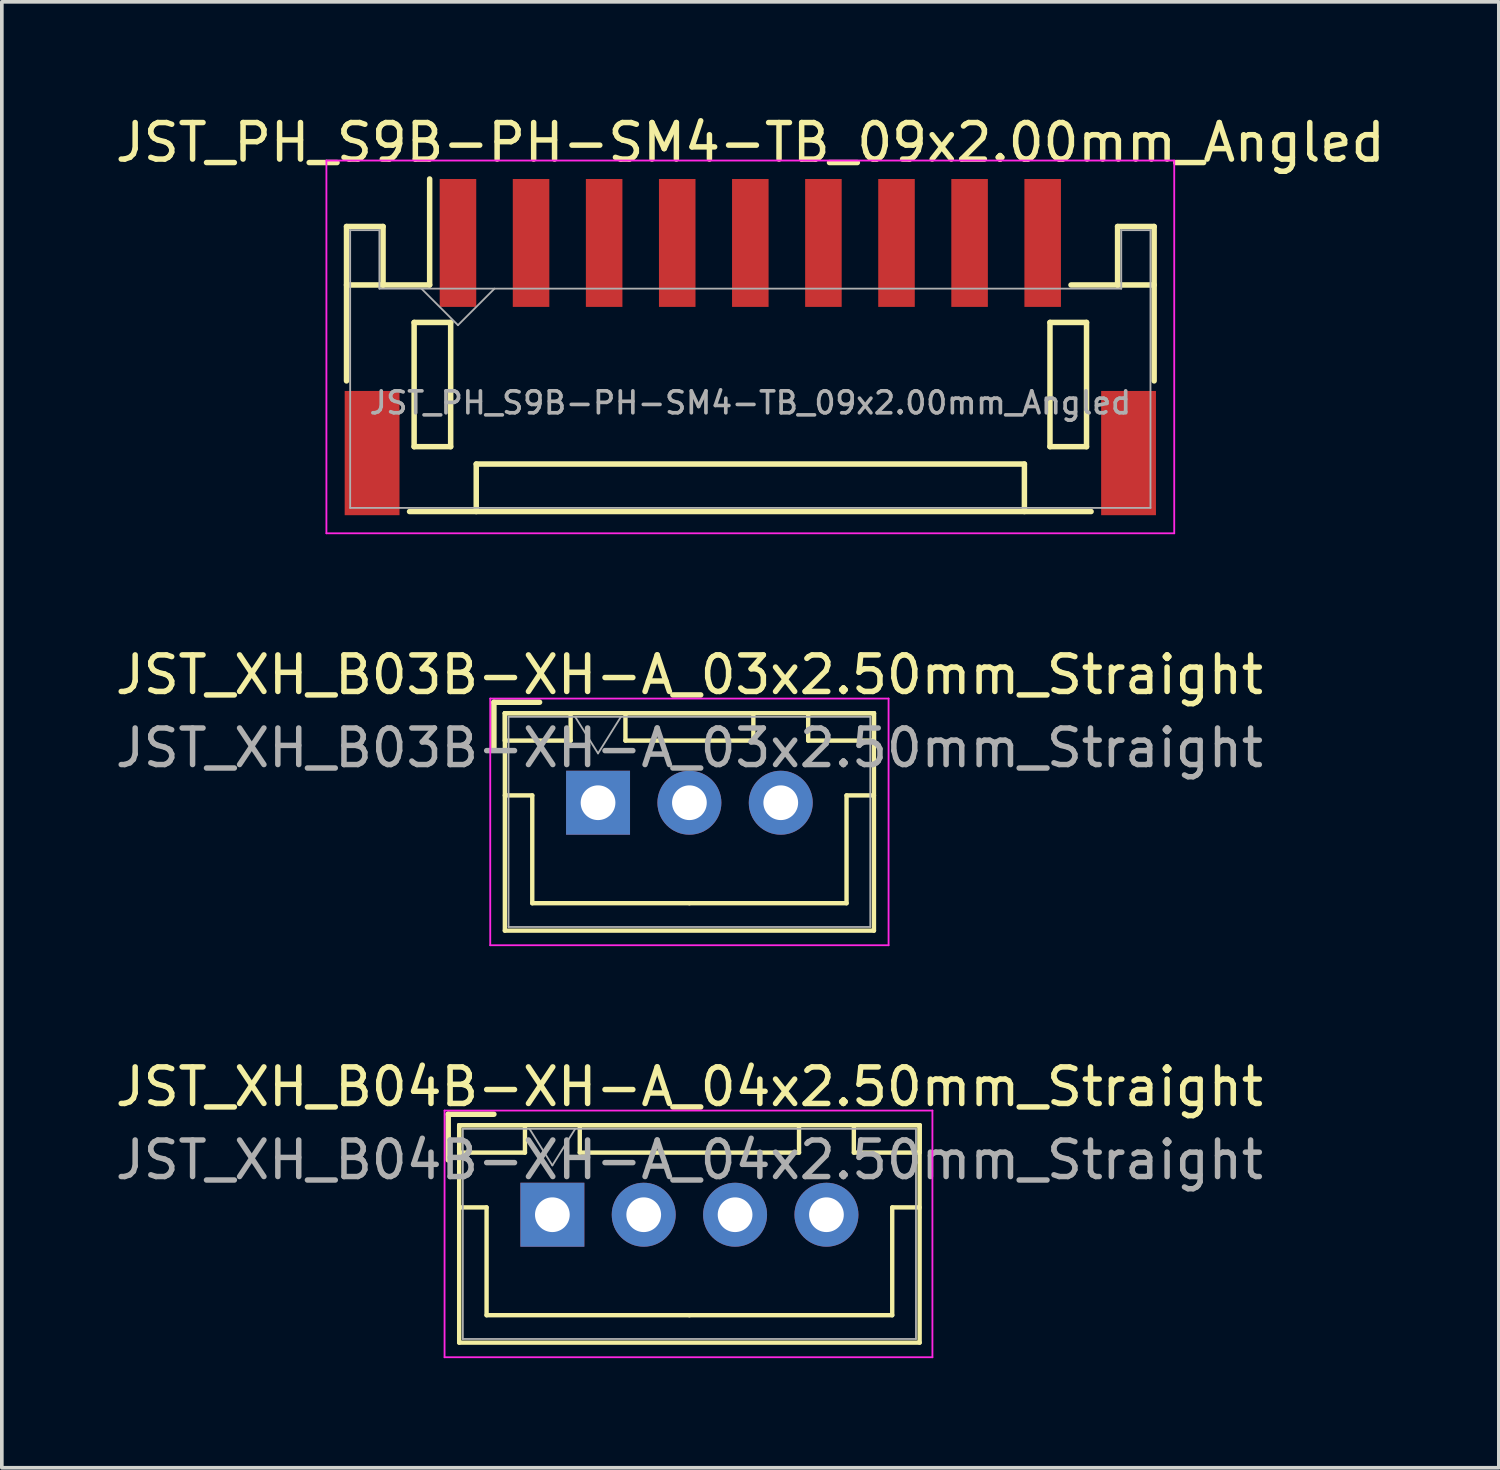
<source format=kicad_pcb>
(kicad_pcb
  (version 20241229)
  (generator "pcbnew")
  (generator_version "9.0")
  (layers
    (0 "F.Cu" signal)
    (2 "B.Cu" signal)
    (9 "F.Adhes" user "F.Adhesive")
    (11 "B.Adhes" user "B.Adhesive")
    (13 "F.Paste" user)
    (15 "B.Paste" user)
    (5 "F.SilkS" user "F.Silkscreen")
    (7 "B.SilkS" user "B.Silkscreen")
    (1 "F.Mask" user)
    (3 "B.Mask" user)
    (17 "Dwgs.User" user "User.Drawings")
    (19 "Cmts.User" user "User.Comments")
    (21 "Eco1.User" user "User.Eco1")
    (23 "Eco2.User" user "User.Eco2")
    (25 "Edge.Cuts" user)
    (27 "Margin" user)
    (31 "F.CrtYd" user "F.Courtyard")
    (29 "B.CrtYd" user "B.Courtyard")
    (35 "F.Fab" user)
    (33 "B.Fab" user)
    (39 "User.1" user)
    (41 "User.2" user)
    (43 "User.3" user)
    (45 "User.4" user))
  (footprint "JST_XH_B03B-XH-A_03x2.50mm_Straight"
    (layer "F.Cu")
    (at 13.315 18.916)
    (property "Reference" "JST_XH_B03B-XH-A_03x2.50mm_Straight" (at 2.5 -1.5 0) (layer "F.Fab") (effects (font (size 1 1) (thickness 0.15))))
    (attr through_hole)
    (fp_line (start -2.85 -2.75) (end -2.85 -1.5) (stroke (width 0.15) (type solid)) (layer "F.SilkS"))
    (fp_line (start -2.55 -2.45) (end -2.55 -1.7) (stroke (width 0.12) (type solid)) (layer "F.SilkS"))
    (fp_line (start -2.55 -2.45) (end -2.55 3.5) (stroke (width 0.12) (type solid)) (layer "F.SilkS"))
    (fp_line (start -2.55 -1.7) (end -0.75 -1.7) (stroke (width 0.12) (type solid)) (layer "F.SilkS"))
    (fp_line (start -2.55 -0.2) (end -1.8 -0.2) (stroke (width 0.12) (type solid)) (layer "F.SilkS"))
    (fp_line (start -2.55 3.5) (end 7.55 3.5) (stroke (width 0.12) (type solid)) (layer "F.SilkS"))
    (fp_line (start -1.8 -0.2) (end -1.8 2.75) (stroke (width 0.12) (type solid)) (layer "F.SilkS"))
    (fp_line (start -1.8 2.75) (end 2.5 2.75) (stroke (width 0.12) (type solid)) (layer "F.SilkS"))
    (fp_line (start -1.6 -2.75) (end -2.85 -2.75) (stroke (width 0.15) (type solid)) (layer "F.SilkS"))
    (fp_line (start -0.75 -2.45) (end -2.55 -2.45) (stroke (width 0.12) (type solid)) (layer "F.SilkS"))
    (fp_line (start -0.75 -1.7) (end -0.75 -2.45) (stroke (width 0.12) (type solid)) (layer "F.SilkS"))
    (fp_line (start 0.75 -2.45) (end 0.75 -1.7) (stroke (width 0.12) (type solid)) (layer "F.SilkS"))
    (fp_line (start 0.75 -1.7) (end 4.25 -1.7) (stroke (width 0.12) (type solid)) (layer "F.SilkS"))
    (fp_line (start 4.25 -2.45) (end 0.75 -2.45) (stroke (width 0.12) (type solid)) (layer "F.SilkS"))
    (fp_line (start 4.25 -1.7) (end 4.25 -2.45) (stroke (width 0.12) (type solid)) (layer "F.SilkS"))
    (fp_line (start 5.75 -2.45) (end 5.75 -1.7) (stroke (width 0.12) (type solid)) (layer "F.SilkS"))
    (fp_line (start 5.75 -1.7) (end 7.55 -1.7) (stroke (width 0.12) (type solid)) (layer "F.SilkS"))
    (fp_line (start 6.8 -0.2) (end 6.8 2.75) (stroke (width 0.12) (type solid)) (layer "F.SilkS"))
    (fp_line (start 6.8 2.75) (end 2.5 2.75) (stroke (width 0.12) (type solid)) (layer "F.SilkS"))
    (fp_line (start 7.55 -2.45) (end -2.55 -2.45) (stroke (width 0.12) (type solid)) (layer "F.SilkS"))
    (fp_line (start 7.55 -2.45) (end 5.75 -2.45) (stroke (width 0.12) (type solid)) (layer "F.SilkS"))
    (fp_line (start 7.55 -1.7) (end 7.55 -2.45) (stroke (width 0.12) (type solid)) (layer "F.SilkS"))
    (fp_line (start 7.55 -0.2) (end 6.8 -0.2) (stroke (width 0.12) (type solid)) (layer "F.SilkS"))
    (fp_line (start 7.55 3.5) (end 7.55 -2.45) (stroke (width 0.12) (type solid)) (layer "F.SilkS"))
    (fp_line (start -2.95 -2.85) (end -2.95 3.9) (stroke (width 0.05) (type solid)) (layer "F.CrtYd"))
    (fp_line (start -2.95 3.9) (end 7.95 3.9) (stroke (width 0.05) (type solid)) (layer "F.CrtYd"))
    (fp_line (start 7.95 -2.85) (end -2.95 -2.85) (stroke (width 0.05) (type solid)) (layer "F.CrtYd"))
    (fp_line (start 7.95 3.9) (end 7.95 -2.85) (stroke (width 0.05) (type solid)) (layer "F.CrtYd"))
    (fp_line (start -2.45 -2.35) (end -2.45 3.4) (stroke (width 0.05) (type solid)) (layer "F.Fab"))
    (fp_line (start -2.45 3.4) (end 7.45 3.4) (stroke (width 0.05) (type solid)) (layer "F.Fab"))
    (fp_line (start -0.625 -2.35) (end 0 -1.35) (stroke (width 0.05) (type solid)) (layer "F.Fab"))
    (fp_line (start 0 -1.35) (end 0.625 -2.35) (stroke (width 0.05) (type solid)) (layer "F.Fab"))
    (fp_line (start 7.45 -2.35) (end -2.45 -2.35) (stroke (width 0.05) (type solid)) (layer "F.Fab"))
    (fp_line (start 7.45 3.4) (end 7.45 -2.35) (stroke (width 0.05) (type solid)) (layer "F.Fab"))
    (fp_text user "${REFERENCE}" (at 2.5 -3.5 0) (layer "F.SilkS") (effects (font (size 1 1) (thickness 0.15))))
    (pad "1" thru_hole rect (at 0 0) (size 1.75 1.75) (drill 0.95) (layers "*.Cu" "*.Mask"))
    (pad "2" thru_hole circle (at 2.5 0) (size 1.75 1.75) (drill 0.95) (layers "*.Cu" "*.Mask"))
    (pad "3" thru_hole circle (at 5 0) (size 1.75 1.75) (drill 0.95) (layers "*.Cu" "*.Mask")))
  (footprint "JST_PH_S9B-PH-SM4-TB_09x2.00mm_Angled"
    (layer "F.Cu")
    (at 17.482 6.473)
    (property "Reference" "JST_PH_S9B-PH-SM4-TB_09x2.00mm_Angled" (at 0 1.5 0) (layer "F.Fab") (effects (font (size 0.6 0.6) (thickness 0.1))))
    (attr smd)
    (fp_line (start -11.05 -3.325) (end -11.05 0.9) (stroke (width 0.15) (type solid)) (layer "F.SilkS"))
    (fp_line (start -11.05 -1.725) (end -10.05 -1.725) (stroke (width 0.15) (type solid)) (layer "F.SilkS"))
    (fp_line (start -10.05 -3.325) (end -11.05 -3.325) (stroke (width 0.15) (type solid)) (layer "F.SilkS"))
    (fp_line (start -10.05 -1.725) (end -10.05 -3.325) (stroke (width 0.15) (type solid)) (layer "F.SilkS"))
    (fp_line (start -9.325 4.475) (end 9.325 4.475) (stroke (width 0.15) (type solid)) (layer "F.SilkS"))
    (fp_line (start -9.2 -0.7) (end -9.2 2.7) (stroke (width 0.15) (type solid)) (layer "F.SilkS"))
    (fp_line (start -9.2 2.7) (end -8.2 2.7) (stroke (width 0.15) (type solid)) (layer "F.SilkS"))
    (fp_line (start -8.775 -1.725) (end -10.05 -1.725) (stroke (width 0.15) (type solid)) (layer "F.SilkS"))
    (fp_line (start -8.775 -1.725) (end -8.775 -4.625) (stroke (width 0.15) (type solid)) (layer "F.SilkS"))
    (fp_line (start -8.2 -0.7) (end -9.2 -0.7) (stroke (width 0.15) (type solid)) (layer "F.SilkS"))
    (fp_line (start -8.2 2.7) (end -8.2 -0.7) (stroke (width 0.15) (type solid)) (layer "F.SilkS"))
    (fp_line (start -7.5 3.175) (end 7.5 3.175) (stroke (width 0.15) (type solid)) (layer "F.SilkS"))
    (fp_line (start -7.5 4.475) (end -7.5 3.175) (stroke (width 0.15) (type solid)) (layer "F.SilkS"))
    (fp_line (start 7.5 3.175) (end 7.5 4.475) (stroke (width 0.15) (type solid)) (layer "F.SilkS"))
    (fp_line (start 8.2 -0.7) (end 9.2 -0.7) (stroke (width 0.15) (type solid)) (layer "F.SilkS"))
    (fp_line (start 8.2 2.7) (end 8.2 -0.7) (stroke (width 0.15) (type solid)) (layer "F.SilkS"))
    (fp_line (start 9.2 -0.7) (end 9.2 2.7) (stroke (width 0.15) (type solid)) (layer "F.SilkS"))
    (fp_line (start 9.2 2.7) (end 8.2 2.7) (stroke (width 0.15) (type solid)) (layer "F.SilkS"))
    (fp_line (start 10.05 -3.325) (end 10.05 -1.725) (stroke (width 0.15) (type solid)) (layer "F.SilkS"))
    (fp_line (start 10.05 -1.725) (end 8.775 -1.725) (stroke (width 0.15) (type solid)) (layer "F.SilkS"))
    (fp_line (start 11.05 -3.325) (end 10.05 -3.325) (stroke (width 0.15) (type solid)) (layer "F.SilkS"))
    (fp_line (start 11.05 -1.725) (end 10.05 -1.725) (stroke (width 0.15) (type solid)) (layer "F.SilkS"))
    (fp_line (start 11.05 0.9) (end 11.05 -3.325) (stroke (width 0.15) (type solid)) (layer "F.SilkS"))
    (fp_line (start -11.6 -5.13) (end -11.6 5.07) (stroke (width 0.05) (type solid)) (layer "F.CrtYd"))
    (fp_line (start -11.6 5.07) (end 11.6 5.07) (stroke (width 0.05) (type solid)) (layer "F.CrtYd"))
    (fp_line (start 11.6 -5.13) (end -11.6 -5.13) (stroke (width 0.05) (type solid)) (layer "F.CrtYd"))
    (fp_line (start 11.6 5.07) (end 11.6 -5.13) (stroke (width 0.05) (type solid)) (layer "F.CrtYd"))
    (fp_line (start -10.95 -3.225) (end -10.95 4.375) (stroke (width 0.05) (type solid)) (layer "F.Fab"))
    (fp_line (start -10.95 4.375) (end 10.95 4.375) (stroke (width 0.05) (type solid)) (layer "F.Fab"))
    (fp_line (start -10.15 -3.225) (end -10.95 -3.225) (stroke (width 0.05) (type solid)) (layer "F.Fab"))
    (fp_line (start -10.15 -1.625) (end -10.15 -3.225) (stroke (width 0.05) (type solid)) (layer "F.Fab"))
    (fp_line (start -9 -1.625) (end -8 -0.625) (stroke (width 0.05) (type solid)) (layer "F.Fab"))
    (fp_line (start -8 -0.625) (end -7 -1.625) (stroke (width 0.05) (type solid)) (layer "F.Fab"))
    (fp_line (start 10.15 -3.225) (end 10.15 -1.625) (stroke (width 0.05) (type solid)) (layer "F.Fab"))
    (fp_line (start 10.15 -1.625) (end -10.15 -1.625) (stroke (width 0.05) (type solid)) (layer "F.Fab"))
    (fp_line (start 10.95 -3.225) (end 10.15 -3.225) (stroke (width 0.05) (type solid)) (layer "F.Fab"))
    (fp_line (start 10.95 4.375) (end 10.95 -3.225) (stroke (width 0.05) (type solid)) (layer "F.Fab"))
    (fp_text user "${REFERENCE}" (at 0 -5.625 0) (layer "F.SilkS") (effects (font (size 1 1) (thickness 0.15))))
    (pad "" smd rect (at -10.35 2.875) (size 1.5 3.4) (layers "F.Cu" "F.Mask" "F.Paste"))
    (pad "" smd rect (at 10.35 2.875) (size 1.5 3.4) (layers "F.Cu" "F.Mask" "F.Paste"))
    (pad "1" smd rect (at -8 -2.875) (size 1 3.5) (layers "F.Cu" "F.Mask" "F.Paste"))
    (pad "2" smd rect (at -6 -2.875) (size 1 3.5) (layers "F.Cu" "F.Mask" "F.Paste"))
    (pad "3" smd rect (at -4 -2.875) (size 1 3.5) (layers "F.Cu" "F.Mask" "F.Paste"))
    (pad "4" smd rect (at -2 -2.875) (size 1 3.5) (layers "F.Cu" "F.Mask" "F.Paste"))
    (pad "5" smd rect (at 0 -2.875) (size 1 3.5) (layers "F.Cu" "F.Mask" "F.Paste"))
    (pad "6" smd rect (at 2 -2.875) (size 1 3.5) (layers "F.Cu" "F.Mask" "F.Paste"))
    (pad "7" smd rect (at 4 -2.875) (size 1 3.5) (layers "F.Cu" "F.Mask" "F.Paste"))
    (pad "8" smd rect (at 6 -2.875) (size 1 3.5) (layers "F.Cu" "F.Mask" "F.Paste"))
    (pad "9" smd rect (at 8 -2.875) (size 1 3.5) (layers "F.Cu" "F.Mask" "F.Paste")))
  (footprint "JST_XH_B04B-XH-A_04x2.50mm_Straight"
    (layer "F.Cu")
    (at 12.065 30.19)
    (property "Reference" "JST_XH_B04B-XH-A_04x2.50mm_Straight" (at 3.75 -1.5 0) (layer "F.Fab") (effects (font (size 1 1) (thickness 0.15))))
    (attr through_hole)
    (fp_line (start -2.85 -2.75) (end -2.85 -1.5) (stroke (width 0.15) (type solid)) (layer "F.SilkS"))
    (fp_line (start -2.55 -2.45) (end -2.55 -1.7) (stroke (width 0.12) (type solid)) (layer "F.SilkS"))
    (fp_line (start -2.55 -2.45) (end -2.55 3.5) (stroke (width 0.12) (type solid)) (layer "F.SilkS"))
    (fp_line (start -2.55 -1.7) (end -0.75 -1.7) (stroke (width 0.12) (type solid)) (layer "F.SilkS"))
    (fp_line (start -2.55 -0.2) (end -1.8 -0.2) (stroke (width 0.12) (type solid)) (layer "F.SilkS"))
    (fp_line (start -2.55 3.5) (end 10.05 3.5) (stroke (width 0.12) (type solid)) (layer "F.SilkS"))
    (fp_line (start -1.8 -0.2) (end -1.8 2.75) (stroke (width 0.12) (type solid)) (layer "F.SilkS"))
    (fp_line (start -1.8 2.75) (end 3.75 2.75) (stroke (width 0.12) (type solid)) (layer "F.SilkS"))
    (fp_line (start -1.6 -2.75) (end -2.85 -2.75) (stroke (width 0.15) (type solid)) (layer "F.SilkS"))
    (fp_line (start -0.75 -2.45) (end -2.55 -2.45) (stroke (width 0.12) (type solid)) (layer "F.SilkS"))
    (fp_line (start -0.75 -1.7) (end -0.75 -2.45) (stroke (width 0.12) (type solid)) (layer "F.SilkS"))
    (fp_line (start 0.75 -2.45) (end 0.75 -1.7) (stroke (width 0.12) (type solid)) (layer "F.SilkS"))
    (fp_line (start 0.75 -1.7) (end 6.75 -1.7) (stroke (width 0.12) (type solid)) (layer "F.SilkS"))
    (fp_line (start 6.75 -2.45) (end 0.75 -2.45) (stroke (width 0.12) (type solid)) (layer "F.SilkS"))
    (fp_line (start 6.75 -1.7) (end 6.75 -2.45) (stroke (width 0.12) (type solid)) (layer "F.SilkS"))
    (fp_line (start 8.25 -2.45) (end 8.25 -1.7) (stroke (width 0.12) (type solid)) (layer "F.SilkS"))
    (fp_line (start 8.25 -1.7) (end 10.05 -1.7) (stroke (width 0.12) (type solid)) (layer "F.SilkS"))
    (fp_line (start 9.3 -0.2) (end 9.3 2.75) (stroke (width 0.12) (type solid)) (layer "F.SilkS"))
    (fp_line (start 9.3 2.75) (end 3.75 2.75) (stroke (width 0.12) (type solid)) (layer "F.SilkS"))
    (fp_line (start 10.05 -2.45) (end -2.55 -2.45) (stroke (width 0.12) (type solid)) (layer "F.SilkS"))
    (fp_line (start 10.05 -2.45) (end 8.25 -2.45) (stroke (width 0.12) (type solid)) (layer "F.SilkS"))
    (fp_line (start 10.05 -1.7) (end 10.05 -2.45) (stroke (width 0.12) (type solid)) (layer "F.SilkS"))
    (fp_line (start 10.05 -0.2) (end 9.3 -0.2) (stroke (width 0.12) (type solid)) (layer "F.SilkS"))
    (fp_line (start 10.05 3.5) (end 10.05 -2.45) (stroke (width 0.12) (type solid)) (layer "F.SilkS"))
    (fp_line (start -2.95 -2.85) (end -2.95 3.9) (stroke (width 0.05) (type solid)) (layer "F.CrtYd"))
    (fp_line (start -2.95 3.9) (end 10.4 3.9) (stroke (width 0.05) (type solid)) (layer "F.CrtYd"))
    (fp_line (start 10.4 -2.85) (end -2.95 -2.85) (stroke (width 0.05) (type solid)) (layer "F.CrtYd"))
    (fp_line (start 10.4 3.9) (end 10.4 -2.85) (stroke (width 0.05) (type solid)) (layer "F.CrtYd"))
    (fp_line (start -2.45 -2.35) (end -2.45 3.4) (stroke (width 0.05) (type solid)) (layer "F.Fab"))
    (fp_line (start -2.45 3.4) (end 9.95 3.4) (stroke (width 0.05) (type solid)) (layer "F.Fab"))
    (fp_line (start -0.625 -2.35) (end 0 -1.35) (stroke (width 0.05) (type solid)) (layer "F.Fab"))
    (fp_line (start 0 -1.35) (end 0.625 -2.35) (stroke (width 0.05) (type solid)) (layer "F.Fab"))
    (fp_line (start 9.95 -2.35) (end -2.45 -2.35) (stroke (width 0.05) (type solid)) (layer "F.Fab"))
    (fp_line (start 9.95 3.4) (end 9.95 -2.35) (stroke (width 0.05) (type solid)) (layer "F.Fab"))
    (fp_text user "${REFERENCE}" (at 3.75 -3.5 0) (layer "F.SilkS") (effects (font (size 1 1) (thickness 0.15))))
    (pad "1" thru_hole rect (at 0 0) (size 1.75 1.75) (drill 0.95) (layers "*.Cu" "*.Mask"))
    (pad "2" thru_hole circle (at 2.5 0) (size 1.75 1.75) (drill 0.95) (layers "*.Cu" "*.Mask"))
    (pad "3" thru_hole circle (at 5 0) (size 1.75 1.75) (drill 0.95) (layers "*.Cu" "*.Mask"))
    (pad "4" thru_hole circle (at 7.5 0) (size 1.75 1.75) (drill 0.95) (layers "*.Cu" "*.Mask")))
  (gr_rect
    (start -3 -3)
    (end 37.964 37.115)
    (stroke (width 0.1) (type default))
    (fill no)
    (layer "Edge.Cuts")))
</source>
